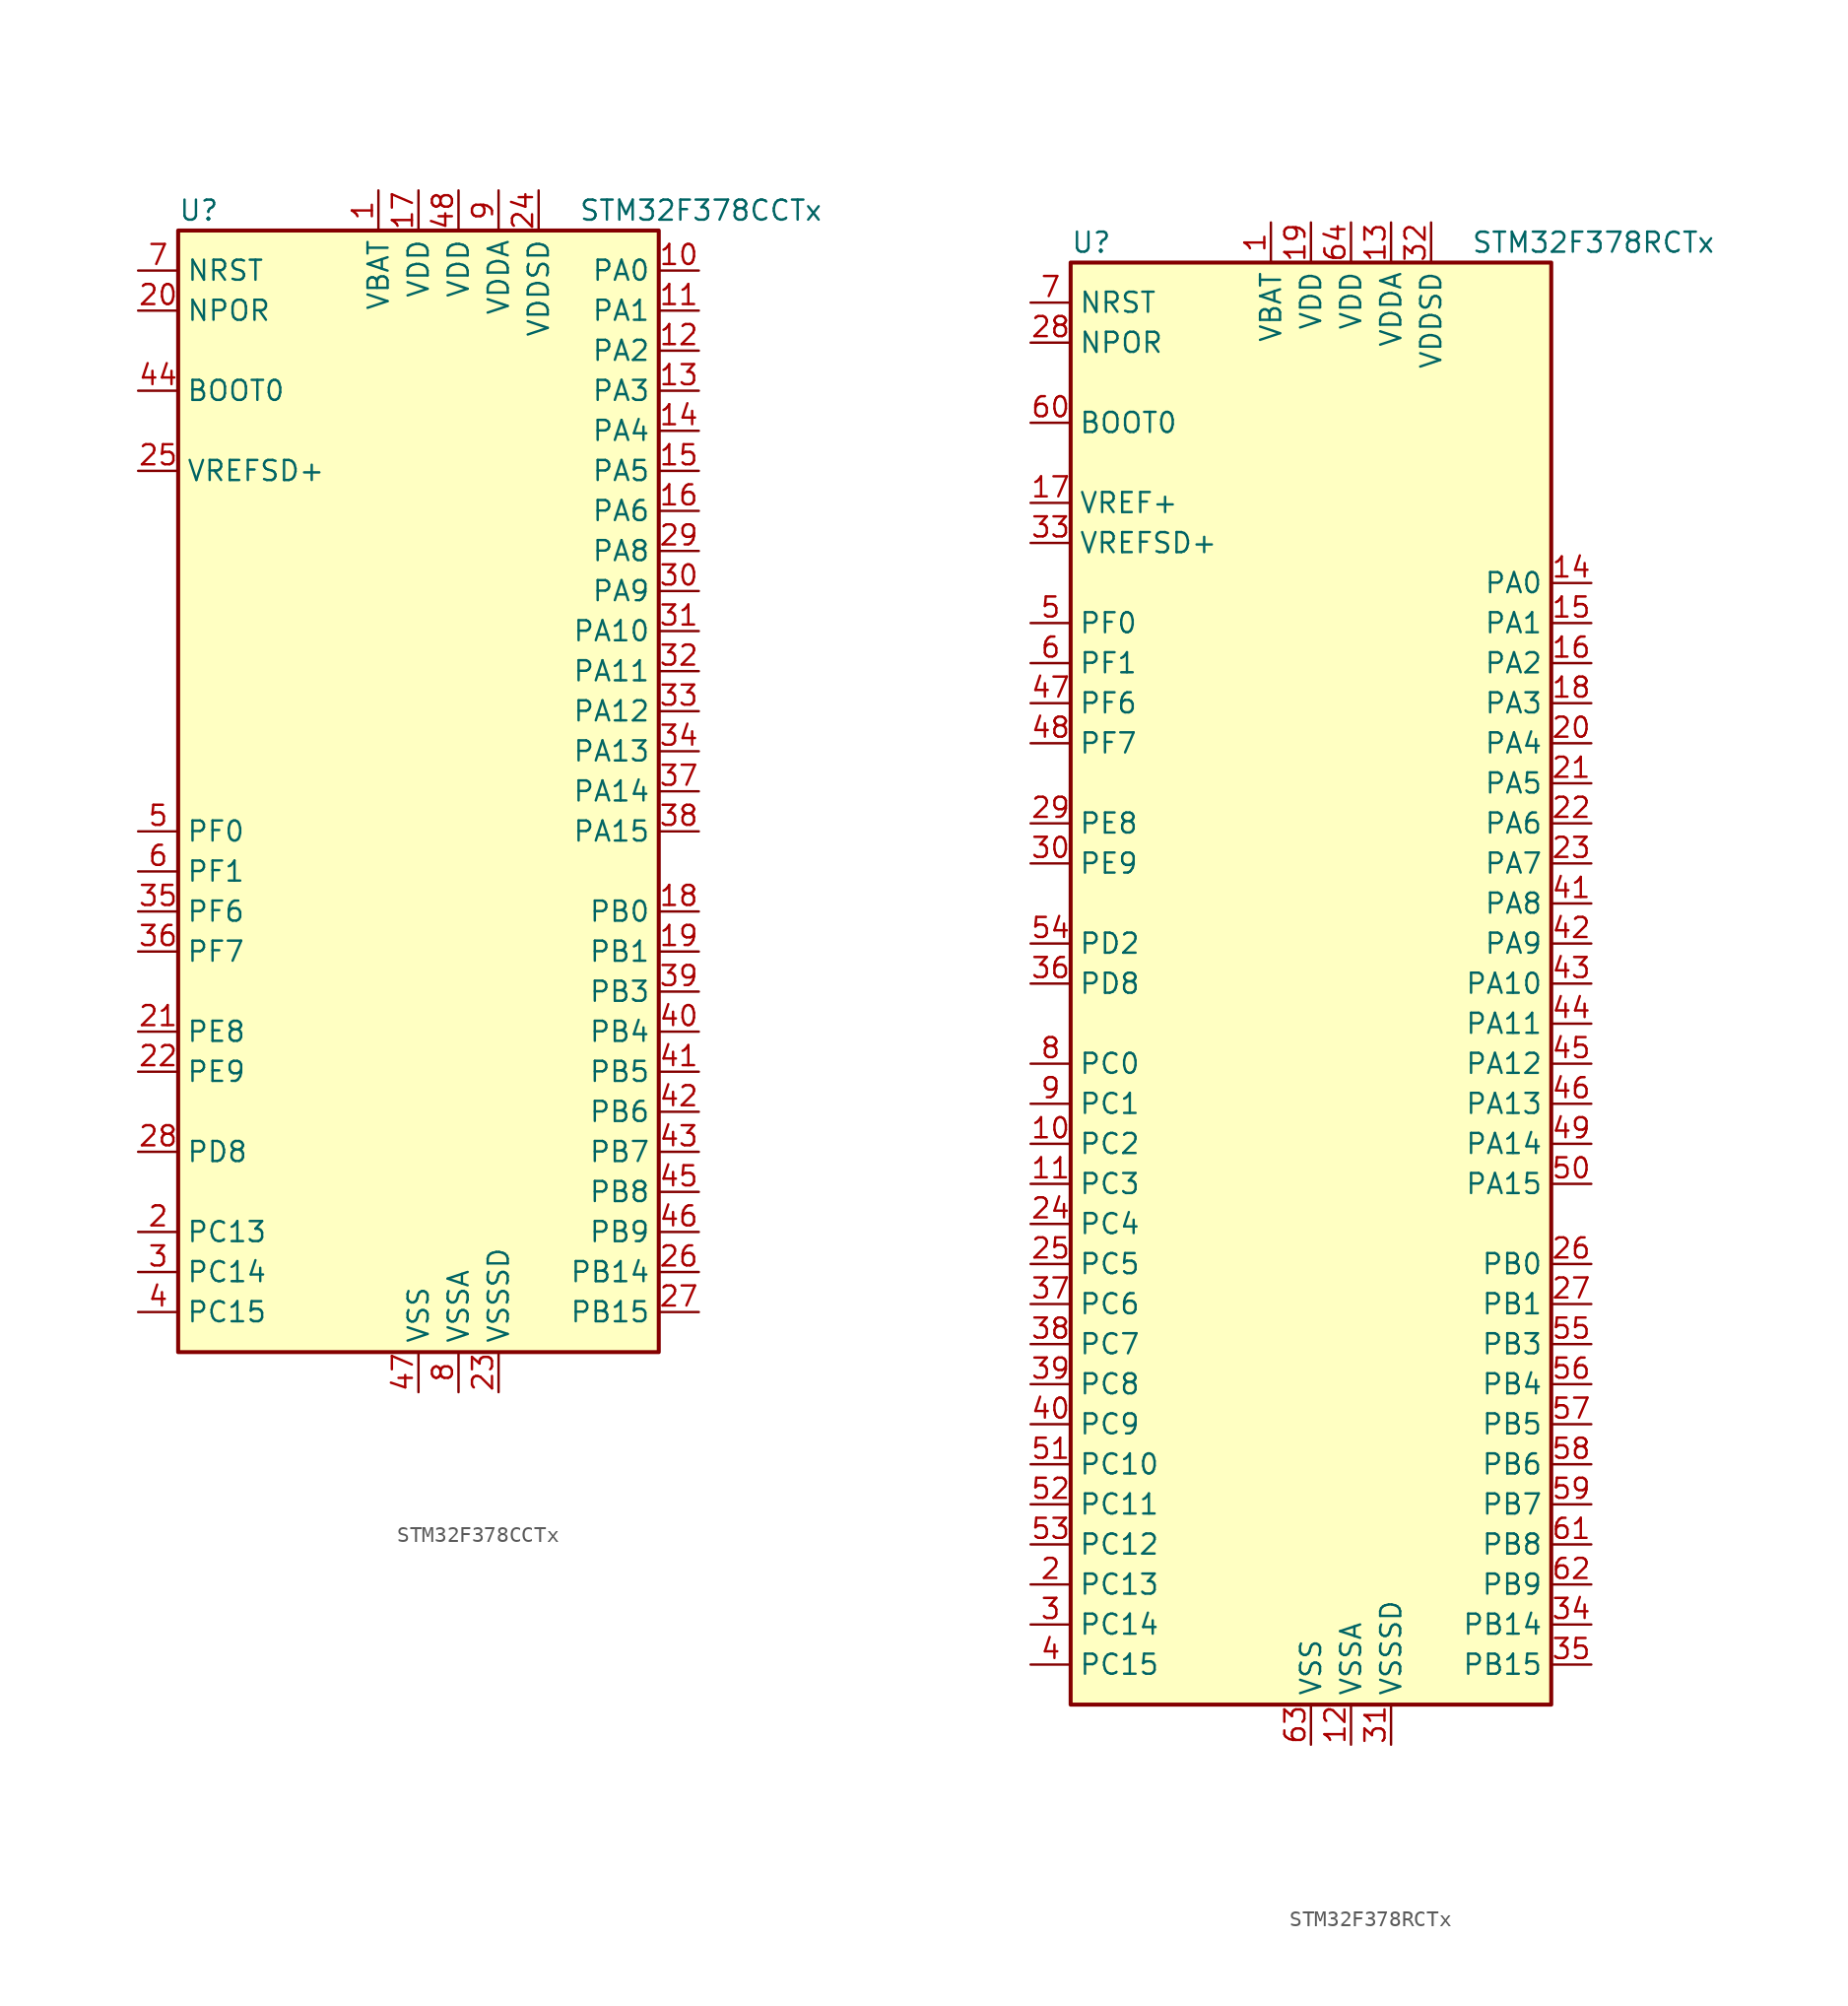
<source format=kicad_sym>
(kicad_symbol_lib
  (version 20201005)
  (generator kicad_symbol_editor)
  (symbol "MCU_ST_STM32F3:STM32F378CCTx"
    (property "Reference" "U"
      (at -15.24 36.83 0)
      (effects (font (size 1.27 1.27)) (justify left)))
    (property "Value" "STM32F378CCTx"
      (at 10.16 36.83 0)
      (effects (font (size 1.27 1.27)) (justify left)))
    (symbol "STM32F378CCTx_0_1"
      (rectangle (start -15.24 -35.56) (end 15.24 35.56) (stroke (width 0.254)) (fill (type background))))
    (symbol "STM32F378CCTx_1_1"
      (pin input line (at -17.78 25.4 0) (length 2.54) (name "BOOT0" (effects (font (size 1.27 1.27)))) (number "44" (effects (font (size 1.27 1.27)))))
      (pin input line (at -17.78 30.48 0) (length 2.54) (name "NPOR" (effects (font (size 1.27 1.27)))) (number "20" (effects (font (size 1.27 1.27)))))
      (pin input line (at -17.78 33.02 0) (length 2.54) (name "NRST" (effects (font (size 1.27 1.27)))) (number "7" (effects (font (size 1.27 1.27)))))
      (pin bidirectional line (at 17.78 33.02 180) (length 2.54) (name "PA0" (effects (font (size 1.27 1.27)))) (number "10" (effects (font (size 1.27 1.27)))))
      (pin bidirectional line (at 17.78 30.48 180) (length 2.54) (name "PA1" (effects (font (size 1.27 1.27)))) (number "11" (effects (font (size 1.27 1.27)))))
      (pin bidirectional line (at 17.78 10.16 180) (length 2.54) (name "PA10" (effects (font (size 1.27 1.27)))) (number "31" (effects (font (size 1.27 1.27)))))
      (pin bidirectional line (at 17.78 7.62 180) (length 2.54) (name "PA11" (effects (font (size 1.27 1.27)))) (number "32" (effects (font (size 1.27 1.27)))))
      (pin bidirectional line (at 17.78 5.08 180) (length 2.54) (name "PA12" (effects (font (size 1.27 1.27)))) (number "33" (effects (font (size 1.27 1.27)))))
      (pin bidirectional line (at 17.78 2.54 180) (length 2.54) (name "PA13" (effects (font (size 1.27 1.27)))) (number "34" (effects (font (size 1.27 1.27)))))
      (pin bidirectional line (at 17.78 0 180) (length 2.54) (name "PA14" (effects (font (size 1.27 1.27)))) (number "37" (effects (font (size 1.27 1.27)))))
      (pin bidirectional line (at 17.78 -2.54 180) (length 2.54) (name "PA15" (effects (font (size 1.27 1.27)))) (number "38" (effects (font (size 1.27 1.27)))))
      (pin bidirectional line (at 17.78 27.94 180) (length 2.54) (name "PA2" (effects (font (size 1.27 1.27)))) (number "12" (effects (font (size 1.27 1.27)))))
      (pin bidirectional line (at 17.78 25.4 180) (length 2.54) (name "PA3" (effects (font (size 1.27 1.27)))) (number "13" (effects (font (size 1.27 1.27)))))
      (pin bidirectional line (at 17.78 22.86 180) (length 2.54) (name "PA4" (effects (font (size 1.27 1.27)))) (number "14" (effects (font (size 1.27 1.27)))))
      (pin bidirectional line (at 17.78 20.32 180) (length 2.54) (name "PA5" (effects (font (size 1.27 1.27)))) (number "15" (effects (font (size 1.27 1.27)))))
      (pin bidirectional line (at 17.78 17.78 180) (length 2.54) (name "PA6" (effects (font (size 1.27 1.27)))) (number "16" (effects (font (size 1.27 1.27)))))
      (pin bidirectional line (at 17.78 15.24 180) (length 2.54) (name "PA8" (effects (font (size 1.27 1.27)))) (number "29" (effects (font (size 1.27 1.27)))))
      (pin bidirectional line (at 17.78 12.7 180) (length 2.54) (name "PA9" (effects (font (size 1.27 1.27)))) (number "30" (effects (font (size 1.27 1.27)))))
      (pin bidirectional line (at 17.78 -7.62 180) (length 2.54) (name "PB0" (effects (font (size 1.27 1.27)))) (number "18" (effects (font (size 1.27 1.27)))))
      (pin bidirectional line (at 17.78 -10.16 180) (length 2.54) (name "PB1" (effects (font (size 1.27 1.27)))) (number "19" (effects (font (size 1.27 1.27)))))
      (pin bidirectional line (at 17.78 -30.48 180) (length 2.54) (name "PB14" (effects (font (size 1.27 1.27)))) (number "26" (effects (font (size 1.27 1.27)))))
      (pin bidirectional line (at 17.78 -33.02 180) (length 2.54) (name "PB15" (effects (font (size 1.27 1.27)))) (number "27" (effects (font (size 1.27 1.27)))))
      (pin bidirectional line (at 17.78 -12.7 180) (length 2.54) (name "PB3" (effects (font (size 1.27 1.27)))) (number "39" (effects (font (size 1.27 1.27)))))
      (pin bidirectional line (at 17.78 -15.24 180) (length 2.54) (name "PB4" (effects (font (size 1.27 1.27)))) (number "40" (effects (font (size 1.27 1.27)))))
      (pin bidirectional line (at 17.78 -17.78 180) (length 2.54) (name "PB5" (effects (font (size 1.27 1.27)))) (number "41" (effects (font (size 1.27 1.27)))))
      (pin bidirectional line (at 17.78 -20.32 180) (length 2.54) (name "PB6" (effects (font (size 1.27 1.27)))) (number "42" (effects (font (size 1.27 1.27)))))
      (pin bidirectional line (at 17.78 -22.86 180) (length 2.54) (name "PB7" (effects (font (size 1.27 1.27)))) (number "43" (effects (font (size 1.27 1.27)))))
      (pin bidirectional line (at 17.78 -25.4 180) (length 2.54) (name "PB8" (effects (font (size 1.27 1.27)))) (number "45" (effects (font (size 1.27 1.27)))))
      (pin bidirectional line (at 17.78 -27.94 180) (length 2.54) (name "PB9" (effects (font (size 1.27 1.27)))) (number "46" (effects (font (size 1.27 1.27)))))
      (pin bidirectional line (at -17.78 -27.94 0) (length 2.54) (name "PC13" (effects (font (size 1.27 1.27)))) (number "2" (effects (font (size 1.27 1.27)))))
      (pin bidirectional line (at -17.78 -30.48 0) (length 2.54) (name "PC14" (effects (font (size 1.27 1.27)))) (number "3" (effects (font (size 1.27 1.27)))))
      (pin bidirectional line (at -17.78 -33.02 0) (length 2.54) (name "PC15" (effects (font (size 1.27 1.27)))) (number "4" (effects (font (size 1.27 1.27)))))
      (pin bidirectional line (at -17.78 -22.86 0) (length 2.54) (name "PD8" (effects (font (size 1.27 1.27)))) (number "28" (effects (font (size 1.27 1.27)))))
      (pin bidirectional line (at -17.78 -15.24 0) (length 2.54) (name "PE8" (effects (font (size 1.27 1.27)))) (number "21" (effects (font (size 1.27 1.27)))))
      (pin bidirectional line (at -17.78 -17.78 0) (length 2.54) (name "PE9" (effects (font (size 1.27 1.27)))) (number "22" (effects (font (size 1.27 1.27)))))
      (pin input line (at -17.78 -2.54 0) (length 2.54) (name "PF0" (effects (font (size 1.27 1.27)))) (number "5" (effects (font (size 1.27 1.27)))))
      (pin input line (at -17.78 -5.08 0) (length 2.54) (name "PF1" (effects (font (size 1.27 1.27)))) (number "6" (effects (font (size 1.27 1.27)))))
      (pin bidirectional line (at -17.78 -7.62 0) (length 2.54) (name "PF6" (effects (font (size 1.27 1.27)))) (number "35" (effects (font (size 1.27 1.27)))))
      (pin bidirectional line (at -17.78 -10.16 0) (length 2.54) (name "PF7" (effects (font (size 1.27 1.27)))) (number "36" (effects (font (size 1.27 1.27)))))
      (pin power_in line (at -2.54 38.1 270) (length 2.54) (name "VBAT" (effects (font (size 1.27 1.27)))) (number "1" (effects (font (size 1.27 1.27)))))
      (pin power_in line (at 0 38.1 270) (length 2.54) (name "VDD" (effects (font (size 1.27 1.27)))) (number "17" (effects (font (size 1.27 1.27)))))
      (pin power_in line (at 2.54 38.1 270) (length 2.54) (name "VDD" (effects (font (size 1.27 1.27)))) (number "48" (effects (font (size 1.27 1.27)))))
      (pin power_in line (at 5.08 38.1 270) (length 2.54) (name "VDDA" (effects (font (size 1.27 1.27)))) (number "9" (effects (font (size 1.27 1.27)))))
      (pin power_in line (at 7.62 38.1 270) (length 2.54) (name "VDDSD" (effects (font (size 1.27 1.27)))) (number "24" (effects (font (size 1.27 1.27)))))
      (pin power_in line (at -17.78 20.32 0) (length 2.54) (name "VREFSD+" (effects (font (size 1.27 1.27)))) (number "25" (effects (font (size 1.27 1.27)))))
      (pin power_in line (at 0 -38.1 90) (length 2.54) (name "VSS" (effects (font (size 1.27 1.27)))) (number "47" (effects (font (size 1.27 1.27)))))
      (pin power_in line (at 2.54 -38.1 90) (length 2.54) (name "VSSA" (effects (font (size 1.27 1.27)))) (number "8" (effects (font (size 1.27 1.27)))))
      (pin power_in line (at 5.08 -38.1 90) (length 2.54) (name "VSSSD" (effects (font (size 1.27 1.27)))) (number "23" (effects (font (size 1.27 1.27)))))))
  (symbol "MCU_ST_STM32F3:STM32F378RCTx"
    (property "Reference" "U"
      (at -15.24 46.99 0)
      (effects (font (size 1.27 1.27)) (justify left)))
    (property "Value" "STM32F378RCTx"
      (at 10.16 46.99 0)
      (effects (font (size 1.27 1.27)) (justify left)))
    (symbol "STM32F378RCTx_0_1"
      (rectangle (start -15.24 -45.72) (end 15.24 45.72) (stroke (width 0.254)) (fill (type background))))
    (symbol "STM32F378RCTx_1_1"
      (pin input line (at -17.78 35.56 0) (length 2.54) (name "BOOT0" (effects (font (size 1.27 1.27)))) (number "60" (effects (font (size 1.27 1.27)))))
      (pin input line (at -17.78 40.64 0) (length 2.54) (name "NPOR" (effects (font (size 1.27 1.27)))) (number "28" (effects (font (size 1.27 1.27)))))
      (pin input line (at -17.78 43.18 0) (length 2.54) (name "NRST" (effects (font (size 1.27 1.27)))) (number "7" (effects (font (size 1.27 1.27)))))
      (pin bidirectional line (at 17.78 25.4 180) (length 2.54) (name "PA0" (effects (font (size 1.27 1.27)))) (number "14" (effects (font (size 1.27 1.27)))))
      (pin bidirectional line (at 17.78 22.86 180) (length 2.54) (name "PA1" (effects (font (size 1.27 1.27)))) (number "15" (effects (font (size 1.27 1.27)))))
      (pin bidirectional line (at 17.78 0 180) (length 2.54) (name "PA10" (effects (font (size 1.27 1.27)))) (number "43" (effects (font (size 1.27 1.27)))))
      (pin bidirectional line (at 17.78 -2.54 180) (length 2.54) (name "PA11" (effects (font (size 1.27 1.27)))) (number "44" (effects (font (size 1.27 1.27)))))
      (pin bidirectional line (at 17.78 -5.08 180) (length 2.54) (name "PA12" (effects (font (size 1.27 1.27)))) (number "45" (effects (font (size 1.27 1.27)))))
      (pin bidirectional line (at 17.78 -7.62 180) (length 2.54) (name "PA13" (effects (font (size 1.27 1.27)))) (number "46" (effects (font (size 1.27 1.27)))))
      (pin bidirectional line (at 17.78 -10.16 180) (length 2.54) (name "PA14" (effects (font (size 1.27 1.27)))) (number "49" (effects (font (size 1.27 1.27)))))
      (pin bidirectional line (at 17.78 -12.7 180) (length 2.54) (name "PA15" (effects (font (size 1.27 1.27)))) (number "50" (effects (font (size 1.27 1.27)))))
      (pin bidirectional line (at 17.78 20.32 180) (length 2.54) (name "PA2" (effects (font (size 1.27 1.27)))) (number "16" (effects (font (size 1.27 1.27)))))
      (pin bidirectional line (at 17.78 17.78 180) (length 2.54) (name "PA3" (effects (font (size 1.27 1.27)))) (number "18" (effects (font (size 1.27 1.27)))))
      (pin bidirectional line (at 17.78 15.24 180) (length 2.54) (name "PA4" (effects (font (size 1.27 1.27)))) (number "20" (effects (font (size 1.27 1.27)))))
      (pin bidirectional line (at 17.78 12.7 180) (length 2.54) (name "PA5" (effects (font (size 1.27 1.27)))) (number "21" (effects (font (size 1.27 1.27)))))
      (pin bidirectional line (at 17.78 10.16 180) (length 2.54) (name "PA6" (effects (font (size 1.27 1.27)))) (number "22" (effects (font (size 1.27 1.27)))))
      (pin bidirectional line (at 17.78 7.62 180) (length 2.54) (name "PA7" (effects (font (size 1.27 1.27)))) (number "23" (effects (font (size 1.27 1.27)))))
      (pin bidirectional line (at 17.78 5.08 180) (length 2.54) (name "PA8" (effects (font (size 1.27 1.27)))) (number "41" (effects (font (size 1.27 1.27)))))
      (pin bidirectional line (at 17.78 2.54 180) (length 2.54) (name "PA9" (effects (font (size 1.27 1.27)))) (number "42" (effects (font (size 1.27 1.27)))))
      (pin bidirectional line (at 17.78 -17.78 180) (length 2.54) (name "PB0" (effects (font (size 1.27 1.27)))) (number "26" (effects (font (size 1.27 1.27)))))
      (pin bidirectional line (at 17.78 -20.32 180) (length 2.54) (name "PB1" (effects (font (size 1.27 1.27)))) (number "27" (effects (font (size 1.27 1.27)))))
      (pin bidirectional line (at 17.78 -40.64 180) (length 2.54) (name "PB14" (effects (font (size 1.27 1.27)))) (number "34" (effects (font (size 1.27 1.27)))))
      (pin bidirectional line (at 17.78 -43.18 180) (length 2.54) (name "PB15" (effects (font (size 1.27 1.27)))) (number "35" (effects (font (size 1.27 1.27)))))
      (pin bidirectional line (at 17.78 -22.86 180) (length 2.54) (name "PB3" (effects (font (size 1.27 1.27)))) (number "55" (effects (font (size 1.27 1.27)))))
      (pin bidirectional line (at 17.78 -25.4 180) (length 2.54) (name "PB4" (effects (font (size 1.27 1.27)))) (number "56" (effects (font (size 1.27 1.27)))))
      (pin bidirectional line (at 17.78 -27.94 180) (length 2.54) (name "PB5" (effects (font (size 1.27 1.27)))) (number "57" (effects (font (size 1.27 1.27)))))
      (pin bidirectional line (at 17.78 -30.48 180) (length 2.54) (name "PB6" (effects (font (size 1.27 1.27)))) (number "58" (effects (font (size 1.27 1.27)))))
      (pin bidirectional line (at 17.78 -33.02 180) (length 2.54) (name "PB7" (effects (font (size 1.27 1.27)))) (number "59" (effects (font (size 1.27 1.27)))))
      (pin bidirectional line (at 17.78 -35.56 180) (length 2.54) (name "PB8" (effects (font (size 1.27 1.27)))) (number "61" (effects (font (size 1.27 1.27)))))
      (pin bidirectional line (at 17.78 -38.1 180) (length 2.54) (name "PB9" (effects (font (size 1.27 1.27)))) (number "62" (effects (font (size 1.27 1.27)))))
      (pin bidirectional line (at -17.78 -5.08 0) (length 2.54) (name "PC0" (effects (font (size 1.27 1.27)))) (number "8" (effects (font (size 1.27 1.27)))))
      (pin bidirectional line (at -17.78 -7.62 0) (length 2.54) (name "PC1" (effects (font (size 1.27 1.27)))) (number "9" (effects (font (size 1.27 1.27)))))
      (pin bidirectional line (at -17.78 -30.48 0) (length 2.54) (name "PC10" (effects (font (size 1.27 1.27)))) (number "51" (effects (font (size 1.27 1.27)))))
      (pin bidirectional line (at -17.78 -33.02 0) (length 2.54) (name "PC11" (effects (font (size 1.27 1.27)))) (number "52" (effects (font (size 1.27 1.27)))))
      (pin bidirectional line (at -17.78 -35.56 0) (length 2.54) (name "PC12" (effects (font (size 1.27 1.27)))) (number "53" (effects (font (size 1.27 1.27)))))
      (pin bidirectional line (at -17.78 -38.1 0) (length 2.54) (name "PC13" (effects (font (size 1.27 1.27)))) (number "2" (effects (font (size 1.27 1.27)))))
      (pin bidirectional line (at -17.78 -40.64 0) (length 2.54) (name "PC14" (effects (font (size 1.27 1.27)))) (number "3" (effects (font (size 1.27 1.27)))))
      (pin bidirectional line (at -17.78 -43.18 0) (length 2.54) (name "PC15" (effects (font (size 1.27 1.27)))) (number "4" (effects (font (size 1.27 1.27)))))
      (pin bidirectional line (at -17.78 -10.16 0) (length 2.54) (name "PC2" (effects (font (size 1.27 1.27)))) (number "10" (effects (font (size 1.27 1.27)))))
      (pin bidirectional line (at -17.78 -12.7 0) (length 2.54) (name "PC3" (effects (font (size 1.27 1.27)))) (number "11" (effects (font (size 1.27 1.27)))))
      (pin bidirectional line (at -17.78 -15.24 0) (length 2.54) (name "PC4" (effects (font (size 1.27 1.27)))) (number "24" (effects (font (size 1.27 1.27)))))
      (pin bidirectional line (at -17.78 -17.78 0) (length 2.54) (name "PC5" (effects (font (size 1.27 1.27)))) (number "25" (effects (font (size 1.27 1.27)))))
      (pin bidirectional line (at -17.78 -20.32 0) (length 2.54) (name "PC6" (effects (font (size 1.27 1.27)))) (number "37" (effects (font (size 1.27 1.27)))))
      (pin bidirectional line (at -17.78 -22.86 0) (length 2.54) (name "PC7" (effects (font (size 1.27 1.27)))) (number "38" (effects (font (size 1.27 1.27)))))
      (pin bidirectional line (at -17.78 -25.4 0) (length 2.54) (name "PC8" (effects (font (size 1.27 1.27)))) (number "39" (effects (font (size 1.27 1.27)))))
      (pin bidirectional line (at -17.78 -27.94 0) (length 2.54) (name "PC9" (effects (font (size 1.27 1.27)))) (number "40" (effects (font (size 1.27 1.27)))))
      (pin bidirectional line (at -17.78 2.54 0) (length 2.54) (name "PD2" (effects (font (size 1.27 1.27)))) (number "54" (effects (font (size 1.27 1.27)))))
      (pin bidirectional line (at -17.78 0 0) (length 2.54) (name "PD8" (effects (font (size 1.27 1.27)))) (number "36" (effects (font (size 1.27 1.27)))))
      (pin bidirectional line (at -17.78 10.16 0) (length 2.54) (name "PE8" (effects (font (size 1.27 1.27)))) (number "29" (effects (font (size 1.27 1.27)))))
      (pin bidirectional line (at -17.78 7.62 0) (length 2.54) (name "PE9" (effects (font (size 1.27 1.27)))) (number "30" (effects (font (size 1.27 1.27)))))
      (pin input line (at -17.78 22.86 0) (length 2.54) (name "PF0" (effects (font (size 1.27 1.27)))) (number "5" (effects (font (size 1.27 1.27)))))
      (pin input line (at -17.78 20.32 0) (length 2.54) (name "PF1" (effects (font (size 1.27 1.27)))) (number "6" (effects (font (size 1.27 1.27)))))
      (pin bidirectional line (at -17.78 17.78 0) (length 2.54) (name "PF6" (effects (font (size 1.27 1.27)))) (number "47" (effects (font (size 1.27 1.27)))))
      (pin bidirectional line (at -17.78 15.24 0) (length 2.54) (name "PF7" (effects (font (size 1.27 1.27)))) (number "48" (effects (font (size 1.27 1.27)))))
      (pin power_in line (at -2.54 48.26 270) (length 2.54) (name "VBAT" (effects (font (size 1.27 1.27)))) (number "1" (effects (font (size 1.27 1.27)))))
      (pin power_in line (at 0 48.26 270) (length 2.54) (name "VDD" (effects (font (size 1.27 1.27)))) (number "19" (effects (font (size 1.27 1.27)))))
      (pin power_in line (at 2.54 48.26 270) (length 2.54) (name "VDD" (effects (font (size 1.27 1.27)))) (number "64" (effects (font (size 1.27 1.27)))))
      (pin power_in line (at 5.08 48.26 270) (length 2.54) (name "VDDA" (effects (font (size 1.27 1.27)))) (number "13" (effects (font (size 1.27 1.27)))))
      (pin power_in line (at 7.62 48.26 270) (length 2.54) (name "VDDSD" (effects (font (size 1.27 1.27)))) (number "32" (effects (font (size 1.27 1.27)))))
      (pin power_in line (at -17.78 30.48 0) (length 2.54) (name "VREF+" (effects (font (size 1.27 1.27)))) (number "17" (effects (font (size 1.27 1.27)))))
      (pin power_in line (at -17.78 27.94 0) (length 2.54) (name "VREFSD+" (effects (font (size 1.27 1.27)))) (number "33" (effects (font (size 1.27 1.27)))))
      (pin power_in line (at 0 -48.26 90) (length 2.54) (name "VSS" (effects (font (size 1.27 1.27)))) (number "63" (effects (font (size 1.27 1.27)))))
      (pin power_in line (at 2.54 -48.26 90) (length 2.54) (name "VSSA" (effects (font (size 1.27 1.27)))) (number "12" (effects (font (size 1.27 1.27)))))
      (pin power_in line (at 5.08 -48.26 90) (length 2.54) (name "VSSSD" (effects (font (size 1.27 1.27)))) (number "31" (effects (font (size 1.27 1.27))))))))
</source>
